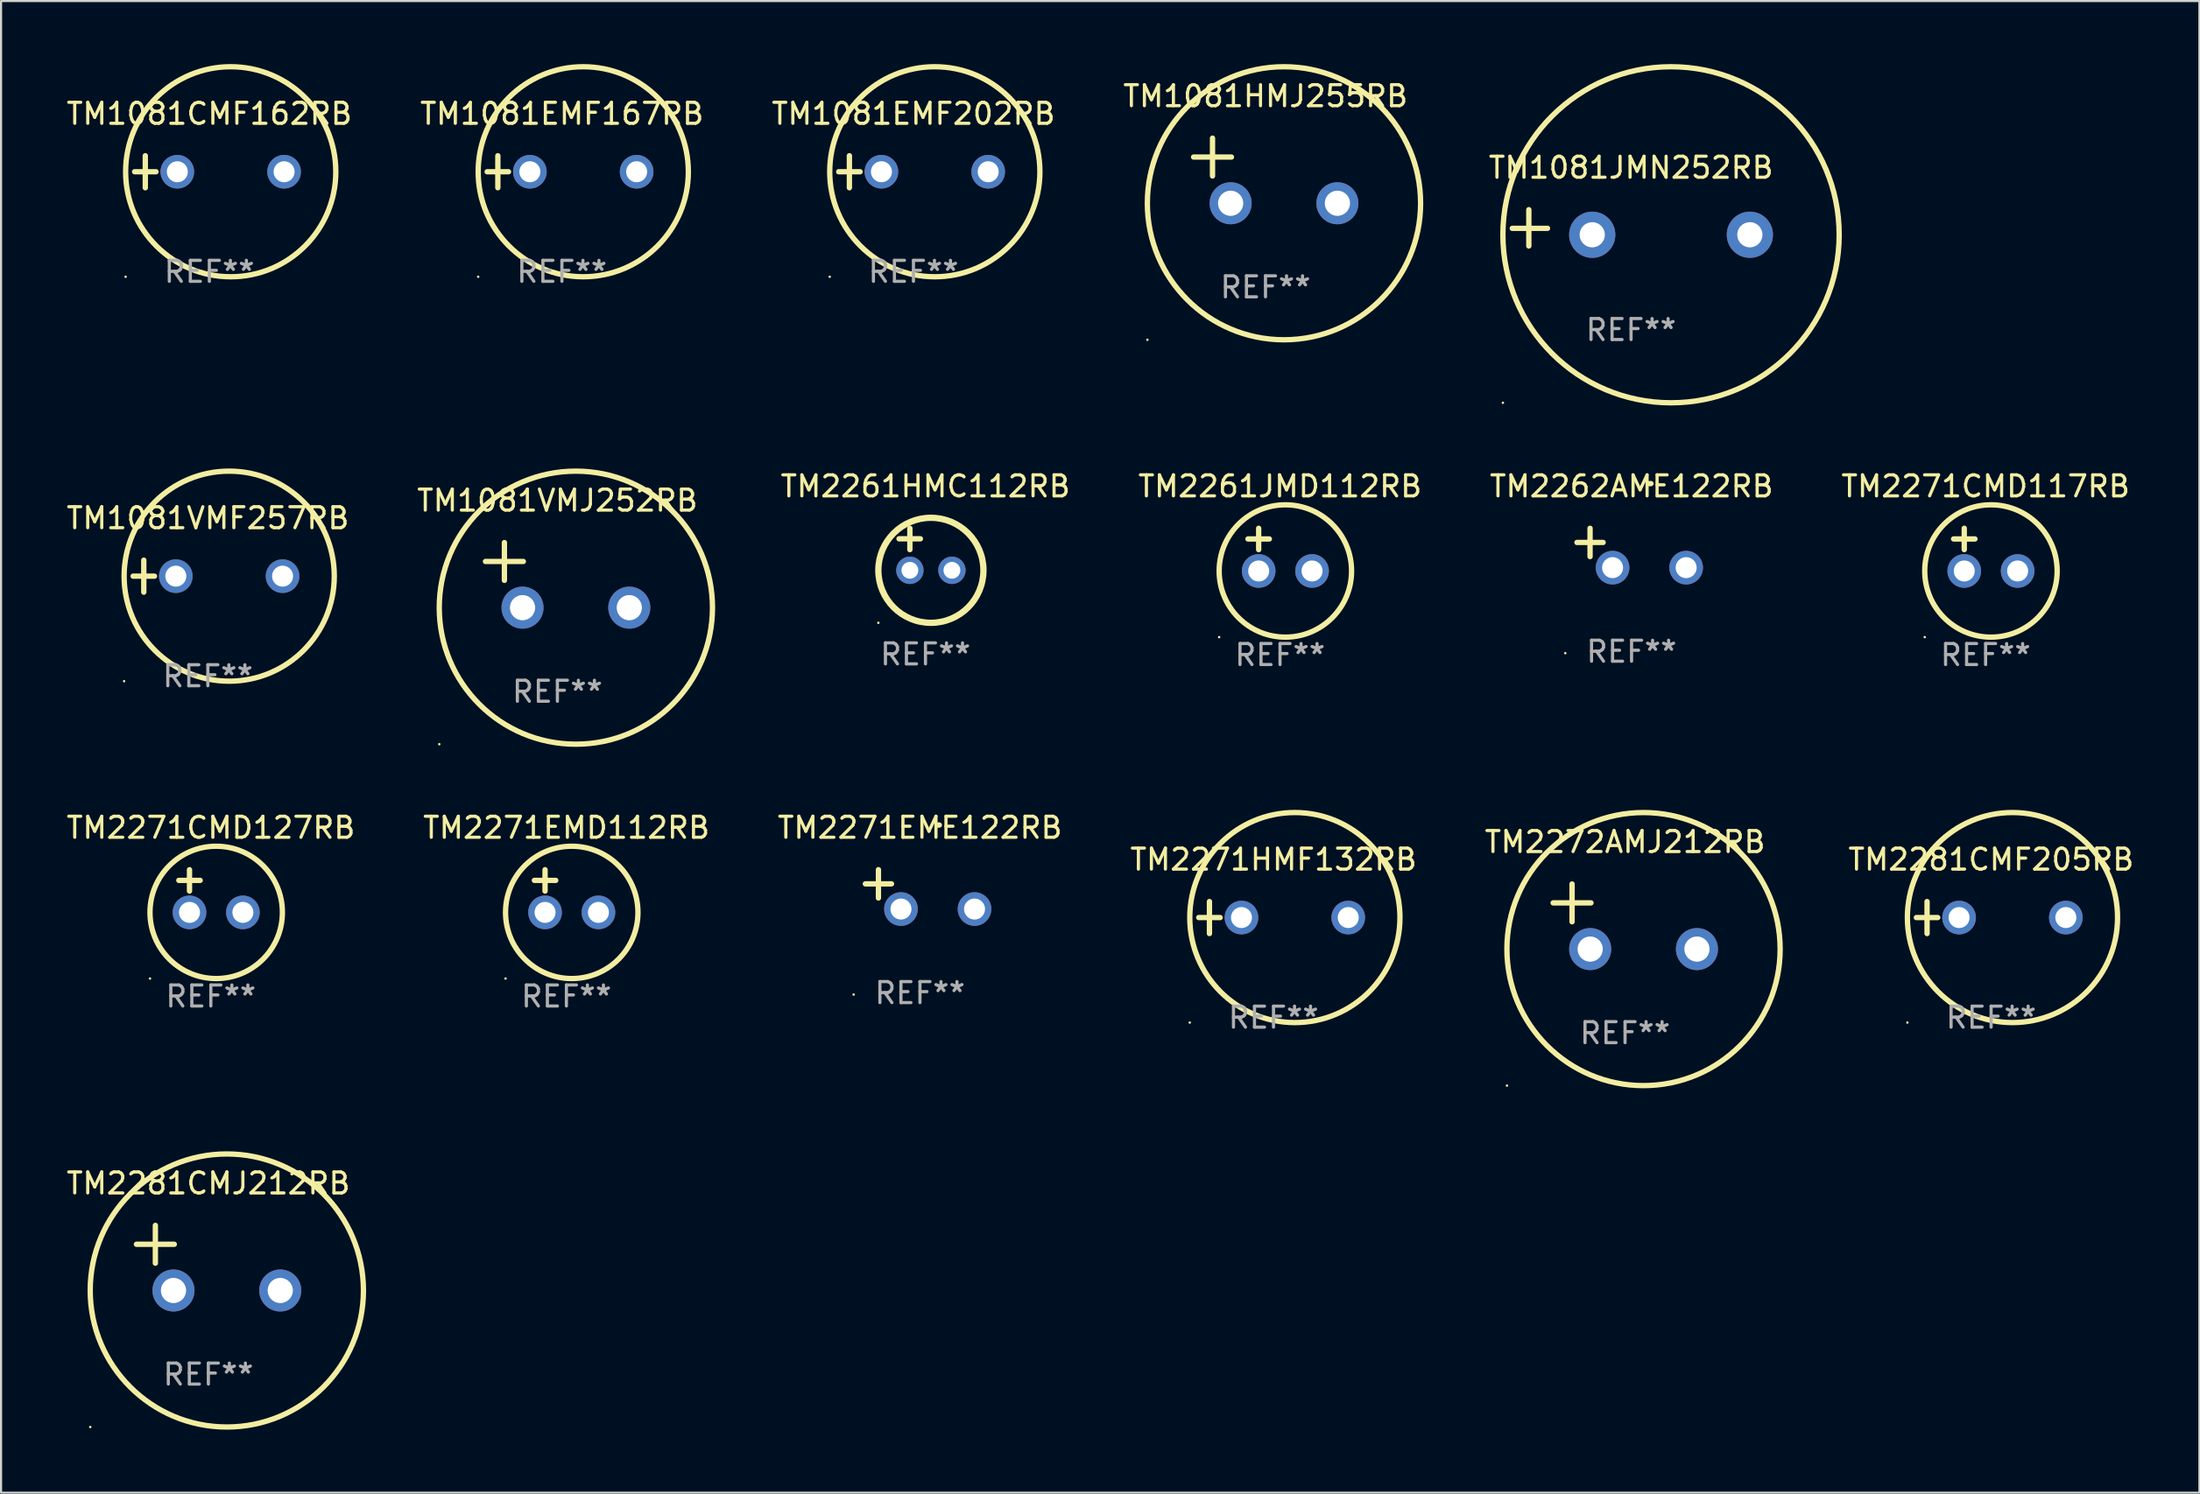
<source format=kicad_pcb>
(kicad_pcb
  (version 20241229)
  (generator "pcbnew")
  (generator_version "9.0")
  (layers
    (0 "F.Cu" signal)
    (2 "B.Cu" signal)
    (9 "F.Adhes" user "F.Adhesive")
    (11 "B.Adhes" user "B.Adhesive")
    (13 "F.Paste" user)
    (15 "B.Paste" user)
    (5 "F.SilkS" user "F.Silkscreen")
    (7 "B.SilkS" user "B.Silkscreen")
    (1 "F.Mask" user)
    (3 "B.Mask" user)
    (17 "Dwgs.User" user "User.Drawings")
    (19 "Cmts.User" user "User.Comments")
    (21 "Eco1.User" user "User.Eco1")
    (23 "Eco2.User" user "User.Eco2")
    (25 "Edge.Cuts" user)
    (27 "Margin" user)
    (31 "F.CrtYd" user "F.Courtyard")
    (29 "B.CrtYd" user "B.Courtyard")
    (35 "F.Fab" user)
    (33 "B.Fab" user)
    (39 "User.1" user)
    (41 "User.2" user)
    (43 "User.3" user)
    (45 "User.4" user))
  (footprint "TM1081VMJ252RB"
    (layer "F.Cu")
    (at 23.47 24.331)
    (property "Reference" "TM1081VMJ252RB" (at 0 -3.55 0) (layer "F.SilkS") (effects (font (size 1 1) (thickness 0.15))))
    (attr through_hole)
    (fp_line (start -3.421 -0.65) (end -1.621 -0.65) (stroke (width 0.254) (type solid)) (layer "F.SilkS"))
    (fp_line (start -2.521 -1.55) (end -2.521 0.25) (stroke (width 0.254) (type solid)) (layer "F.SilkS"))
    (fp_circle (center -5.619 8.05) (end -5.589 8.05) (stroke (width 0.06) (type solid)) (fill no) (layer "F.SilkS"))
    (fp_circle (center 0.879 1.55) (end 7.379 1.55) (stroke (width 0.254) (type solid)) (fill no) (layer "F.SilkS"))
    (fp_text user "REF**" (at 0 5.55 0) (layer "F.Fab") (effects (font (size 1 1) (thickness 0.15))))
    (pad "1" thru_hole circle (at -1.659 1.55) (size 2 2) (drill 1.2) (layers "*.Cu" "*.Mask"))
    (pad "2" thru_hole circle (at 3.421 1.55) (size 2 2) (drill 1.2) (layers "*.Cu" "*.Mask")))
  (footprint "TM1081EMF202RB"
    (layer "F.Cu")
    (at 40.411 5.127)
    (property "Reference" "TM1081EMF202RB" (at 0 -2.762 0) (layer "F.SilkS") (effects (font (size 1 1) (thickness 0.15))))
    (attr through_hole)
    (fp_line (start -3.556 0) (end -2.54 0) (stroke (width 0.254) (type solid)) (layer "F.SilkS"))
    (fp_line (start -3.048 -0.762) (end -3.048 0.762) (stroke (width 0.254) (type solid)) (layer "F.SilkS"))
    (fp_circle (center -3.984 5) (end -3.954 5) (stroke (width 0.06) (type solid)) (fill no) (layer "F.SilkS"))
    (fp_circle (center 1.016 0) (end 6.016 0) (stroke (width 0.254) (type solid)) (fill no) (layer "F.SilkS"))
    (fp_text user "REF**" (at 0 4.762 0) (layer "F.Fab") (effects (font (size 1 1) (thickness 0.15))))
    (pad "1" thru_hole circle (at -1.524 0) (size 1.6 1.6) (drill 1) (layers "*.Cu" "*.Mask"))
    (pad "2" thru_hole circle (at 3.556 0) (size 1.6 1.6) (drill 1) (layers "*.Cu" "*.Mask")))
  (footprint "TM1081JMN252RB"
    (layer "F.Cu")
    (at 74.554 7.797)
    (property "Reference" "TM1081JMN252RB" (at 0 -2.864 0) (layer "F.SilkS") (effects (font (size 1 1) (thickness 0.15))))
    (attr through_hole)
    (fp_line (start -4.864 0.864) (end -4.864 -0.864) (stroke (width 0.254) (type solid)) (layer "F.SilkS"))
    (fp_line (start -3.975 0.025) (end -5.652 0.025) (stroke (width 0.254) (type solid)) (layer "F.SilkS"))
    (fp_circle (center -6.098 8.33) (end -6.068 8.33) (stroke (width 0.06) (type solid)) (fill no) (layer "F.SilkS"))
    (fp_circle (center 1.902 0.33) (end 9.902 0.33) (stroke (width 0.254) (type solid)) (fill no) (layer "F.SilkS"))
    (fp_text user "REF**" (at 0 4.864 0) (layer "F.Fab") (effects (font (size 1 1) (thickness 0.15))))
    (pad "1" thru_hole circle (at -1.848 0.33) (size 2.2 2.2) (drill 1.2) (layers "*.Cu" "*.Mask"))
    (pad "2" thru_hole circle (at 5.652 0.33) (size 2.2 2.2) (drill 1.2) (layers "*.Cu" "*.Mask")))
  (footprint "TM2281CMJ212RB"
    (layer "F.Cu")
    (at 6.863 56.84)
    (property "Reference" "TM2281CMJ212RB" (at 0 -3.55 0) (layer "F.SilkS") (effects (font (size 1 1) (thickness 0.15))))
    (attr through_hole)
    (fp_line (start -3.421 -0.65) (end -1.621 -0.65) (stroke (width 0.254) (type solid)) (layer "F.SilkS"))
    (fp_line (start -2.521 -1.55) (end -2.521 0.25) (stroke (width 0.254) (type solid)) (layer "F.SilkS"))
    (fp_circle (center -5.619 8.05) (end -5.589 8.05) (stroke (width 0.06) (type solid)) (fill no) (layer "F.SilkS"))
    (fp_circle (center 0.879 1.55) (end 7.379 1.55) (stroke (width 0.254) (type solid)) (fill no) (layer "F.SilkS"))
    (fp_text user "REF**" (at 0 5.55 0) (layer "F.Fab") (effects (font (size 1 1) (thickness 0.15))))
    (pad "1" thru_hole circle (at -1.659 1.55) (size 2 2) (drill 1.2) (layers "*.Cu" "*.Mask"))
    (pad "2" thru_hole circle (at 3.421 1.55) (size 2 2) (drill 1.2) (layers "*.Cu" "*.Mask")))
  (footprint "TM2262AME122RB"
    (layer "F.Cu")
    (at 74.578 23.039)
    (property "Reference" "TM2262AME122RB" (at 0 -2.937 0) (layer "F.SilkS") (effects (font (size 1 1) (thickness 0.15))))
    (attr through_hole)
    (fp_line (start -1.975 0.41) (end -1.975 -0.937) (stroke (width 0.254) (type solid)) (layer "F.SilkS"))
    (fp_line (start -1.353 -0.263) (end -2.597 -0.263) (stroke (width 0.254) (type solid)) (layer "F.SilkS"))
    (fp_arc (start 0.849809 -3.063957) (mid 0.885369 -3.064114) (end 0.920929 -3.063957) (stroke (width 0.254001) (type solid)) (layer "F.SilkS"))
    (fp_circle (center -3.154 5.008) (end -3.124 5.008) (stroke (width 0.06) (type solid)) (fill no) (layer "F.SilkS"))
    (fp_text user "REF**" (at 0 4.937 0) (layer "F.Fab") (effects (font (size 1 1) (thickness 0.15))))
    (pad "1" thru_hole circle (at -0.903 0.937) (size 1.6 1.6) (drill 1) (layers "*.Cu" "*.Mask"))
    (pad "2" thru_hole circle (at 2.597 0.937) (size 1.6 1.6) (drill 1) (layers "*.Cu" "*.Mask")))
  (footprint "TM2271CMD127RB"
    (layer "F.Cu")
    (at 6.982 39.373)
    (property "Reference" "TM2271CMD127RB" (at 0 -3.016 0) (layer "F.SilkS") (effects (font (size 1 1) (thickness 0.15))))
    (attr through_hole)
    (fp_line (start -1.524 -0.508) (end -0.508 -0.508) (stroke (width 0.254) (type solid)) (layer "F.SilkS"))
    (fp_line (start -1.016 -1.016) (end -1.016 0) (stroke (width 0.254) (type solid)) (layer "F.SilkS"))
    (fp_circle (center -2.896 4.166) (end -2.866 4.166) (stroke (width 0.06) (type solid)) (fill no) (layer "F.SilkS"))
    (fp_circle (center 0.254 1.016) (end 3.404 1.016) (stroke (width 0.254) (type solid)) (fill no) (layer "F.SilkS"))
    (fp_text user "REF**" (at 0 5.016 0) (layer "F.Fab") (effects (font (size 1 1) (thickness 0.15))))
    (pad "1" thru_hole circle (at -1.016 1.016) (size 1.6 1.6) (drill 1) (layers "*.Cu" "*.Mask"))
    (pad "2" thru_hole circle (at 1.524 1.016) (size 1.6 1.6) (drill 1) (layers "*.Cu" "*.Mask")))
  (footprint "TM2271HMF132RB"
    (layer "F.Cu")
    (at 57.542 40.635)
    (property "Reference" "TM2271HMF132RB" (at 0 -2.762 0) (layer "F.SilkS") (effects (font (size 1 1) (thickness 0.15))))
    (attr through_hole)
    (fp_line (start -3.556 0) (end -2.54 0) (stroke (width 0.254) (type solid)) (layer "F.SilkS"))
    (fp_line (start -3.048 -0.762) (end -3.048 0.762) (stroke (width 0.254) (type solid)) (layer "F.SilkS"))
    (fp_circle (center -3.984 5) (end -3.954 5) (stroke (width 0.06) (type solid)) (fill no) (layer "F.SilkS"))
    (fp_circle (center 1.016 0) (end 6.016 0) (stroke (width 0.254) (type solid)) (fill no) (layer "F.SilkS"))
    (fp_text user "REF**" (at 0 4.762 0) (layer "F.Fab") (effects (font (size 1 1) (thickness 0.15))))
    (pad "1" thru_hole circle (at -1.524 0) (size 1.6 1.6) (drill 1) (layers "*.Cu" "*.Mask"))
    (pad "2" thru_hole circle (at 3.556 0) (size 1.6 1.6) (drill 1) (layers "*.Cu" "*.Mask")))
  (footprint "TM1081VMF257RB"
    (layer "F.Cu")
    (at 6.839 24.381)
    (property "Reference" "TM1081VMF257RB" (at 0 -2.762 0) (layer "F.SilkS") (effects (font (size 1 1) (thickness 0.15))))
    (attr through_hole)
    (fp_line (start -3.556 0) (end -2.54 0) (stroke (width 0.254) (type solid)) (layer "F.SilkS"))
    (fp_line (start -3.048 -0.762) (end -3.048 0.762) (stroke (width 0.254) (type solid)) (layer "F.SilkS"))
    (fp_circle (center -3.984 5) (end -3.954 5) (stroke (width 0.06) (type solid)) (fill no) (layer "F.SilkS"))
    (fp_circle (center 1.016 0) (end 6.016 0) (stroke (width 0.254) (type solid)) (fill no) (layer "F.SilkS"))
    (fp_text user "REF**" (at 0 4.762 0) (layer "F.Fab") (effects (font (size 1 1) (thickness 0.15))))
    (pad "1" thru_hole circle (at -1.524 0) (size 1.6 1.6) (drill 1) (layers "*.Cu" "*.Mask"))
    (pad "2" thru_hole circle (at 3.556 0) (size 1.6 1.6) (drill 1) (layers "*.Cu" "*.Mask")))
  (footprint "TM1081EMF167RB"
    (layer "F.Cu")
    (at 23.685 5.127)
    (property "Reference" "TM1081EMF167RB" (at 0 -2.762 0) (layer "F.SilkS") (effects (font (size 1 1) (thickness 0.15))))
    (attr through_hole)
    (fp_line (start -3.556 0) (end -2.54 0) (stroke (width 0.254) (type solid)) (layer "F.SilkS"))
    (fp_line (start -3.048 -0.762) (end -3.048 0.762) (stroke (width 0.254) (type solid)) (layer "F.SilkS"))
    (fp_circle (center -3.984 5) (end -3.954 5) (stroke (width 0.06) (type solid)) (fill no) (layer "F.SilkS"))
    (fp_circle (center 1.016 0) (end 6.016 0) (stroke (width 0.254) (type solid)) (fill no) (layer "F.SilkS"))
    (fp_text user "REF**" (at 0 4.762 0) (layer "F.Fab") (effects (font (size 1 1) (thickness 0.15))))
    (pad "1" thru_hole circle (at -1.524 0) (size 1.6 1.6) (drill 1) (layers "*.Cu" "*.Mask"))
    (pad "2" thru_hole circle (at 3.556 0) (size 1.6 1.6) (drill 1) (layers "*.Cu" "*.Mask")))
  (footprint "TM2271EME122RB"
    (layer "F.Cu")
    (at 40.72 39.293)
    (property "Reference" "TM2271EME122RB" (at 0 -2.937 0) (layer "F.SilkS") (effects (font (size 1 1) (thickness 0.15))))
    (attr through_hole)
    (fp_line (start -1.975 0.41) (end -1.975 -0.937) (stroke (width 0.254) (type solid)) (layer "F.SilkS"))
    (fp_line (start -1.353 -0.263) (end -2.597 -0.263) (stroke (width 0.254) (type solid)) (layer "F.SilkS"))
    (fp_arc (start 0.849809 -3.063957) (mid 0.885369 -3.064114) (end 0.920929 -3.063957) (stroke (width 0.254001) (type solid)) (layer "F.SilkS"))
    (fp_circle (center -3.154 5.008) (end -3.124 5.008) (stroke (width 0.06) (type solid)) (fill no) (layer "F.SilkS"))
    (fp_text user "REF**" (at 0 4.937 0) (layer "F.Fab") (effects (font (size 1 1) (thickness 0.15))))
    (pad "1" thru_hole circle (at -0.903 0.937) (size 1.6 1.6) (drill 1) (layers "*.Cu" "*.Mask"))
    (pad "2" thru_hole circle (at 2.597 0.937) (size 1.6 1.6) (drill 1) (layers "*.Cu" "*.Mask")))
  (footprint "TM2281CMF205RB"
    (layer "F.Cu")
    (at 91.685 40.635)
    (property "Reference" "TM2281CMF205RB" (at 0 -2.762 0) (layer "F.SilkS") (effects (font (size 1 1) (thickness 0.15))))
    (attr through_hole)
    (fp_line (start -3.556 0) (end -2.54 0) (stroke (width 0.254) (type solid)) (layer "F.SilkS"))
    (fp_line (start -3.048 -0.762) (end -3.048 0.762) (stroke (width 0.254) (type solid)) (layer "F.SilkS"))
    (fp_circle (center -3.984 5) (end -3.954 5) (stroke (width 0.06) (type solid)) (fill no) (layer "F.SilkS"))
    (fp_circle (center 1.016 0) (end 6.016 0) (stroke (width 0.254) (type solid)) (fill no) (layer "F.SilkS"))
    (fp_text user "REF**" (at 0 4.762 0) (layer "F.Fab") (effects (font (size 1 1) (thickness 0.15))))
    (pad "1" thru_hole circle (at -1.524 0) (size 1.6 1.6) (drill 1) (layers "*.Cu" "*.Mask"))
    (pad "2" thru_hole circle (at 3.556 0) (size 1.6 1.6) (drill 1) (layers "*.Cu" "*.Mask")))
  (footprint "TM2272AMJ212RB"
    (layer "F.Cu")
    (at 74.268 40.586)
    (property "Reference" "TM2272AMJ212RB" (at 0 -3.55 0) (layer "F.SilkS") (effects (font (size 1 1) (thickness 0.15))))
    (attr through_hole)
    (fp_line (start -3.421 -0.65) (end -1.621 -0.65) (stroke (width 0.254) (type solid)) (layer "F.SilkS"))
    (fp_line (start -2.521 -1.55) (end -2.521 0.25) (stroke (width 0.254) (type solid)) (layer "F.SilkS"))
    (fp_circle (center -5.619 8.05) (end -5.589 8.05) (stroke (width 0.06) (type solid)) (fill no) (layer "F.SilkS"))
    (fp_circle (center 0.879 1.55) (end 7.379 1.55) (stroke (width 0.254) (type solid)) (fill no) (layer "F.SilkS"))
    (fp_text user "REF**" (at 0 5.55 0) (layer "F.Fab") (effects (font (size 1 1) (thickness 0.15))))
    (pad "1" thru_hole circle (at -1.659 1.55) (size 2 2) (drill 1.2) (layers "*.Cu" "*.Mask"))
    (pad "2" thru_hole circle (at 3.421 1.55) (size 2 2) (drill 1.2) (layers "*.Cu" "*.Mask")))
  (footprint "TM2261HMC112RB"
    (layer "F.Cu")
    (at 40.983 23.102)
    (property "Reference" "TM2261HMC112RB" (at 0 -3 0) (layer "F.SilkS") (effects (font (size 1 1) (thickness 0.15))))
    (attr through_hole)
    (fp_line (start -1.258 -0.5) (end -0.242 -0.5) (stroke (width 0.254) (type solid)) (layer "F.SilkS"))
    (fp_line (start -0.742 -1) (end -0.742 0.016) (stroke (width 0.254) (type solid)) (layer "F.SilkS"))
    (fp_circle (center -2.242 3.5) (end -2.212 3.5) (stroke (width 0.06) (type solid)) (fill no) (layer "F.SilkS"))
    (fp_circle (center 0.258 1) (end 2.758 1) (stroke (width 0.3) (type solid)) (fill no) (layer "F.SilkS"))
    (fp_text user "REF**" (at 0 5 0) (layer "F.Fab") (effects (font (size 1 1) (thickness 0.15))))
    (pad "1" thru_hole circle (at -0.742 1) (size 1.3 1.3) (drill 0.8) (layers "*.Cu" "*.Mask"))
    (pad "2" thru_hole circle (at 1.258 1) (size 1.3 1.3) (drill 0.8) (layers "*.Cu" "*.Mask")))
  (footprint "TM2271EMD112RB"
    (layer "F.Cu")
    (at 23.899 39.373)
    (property "Reference" "TM2271EMD112RB" (at 0 -3.016 0) (layer "F.SilkS") (effects (font (size 1 1) (thickness 0.15))))
    (attr through_hole)
    (fp_line (start -1.524 -0.508) (end -0.508 -0.508) (stroke (width 0.254) (type solid)) (layer "F.SilkS"))
    (fp_line (start -1.016 -1.016) (end -1.016 0) (stroke (width 0.254) (type solid)) (layer "F.SilkS"))
    (fp_circle (center -2.896 4.166) (end -2.866 4.166) (stroke (width 0.06) (type solid)) (fill no) (layer "F.SilkS"))
    (fp_circle (center 0.254 1.016) (end 3.404 1.016) (stroke (width 0.254) (type solid)) (fill no) (layer "F.SilkS"))
    (fp_text user "REF**" (at 0 5.016 0) (layer "F.Fab") (effects (font (size 1 1) (thickness 0.15))))
    (pad "1" thru_hole circle (at -1.016 1.016) (size 1.6 1.6) (drill 1) (layers "*.Cu" "*.Mask"))
    (pad "2" thru_hole circle (at 1.524 1.016) (size 1.6 1.6) (drill 1) (layers "*.Cu" "*.Mask")))
  (footprint "TM1081HMJ255RB"
    (layer "F.Cu")
    (at 57.161 5.077)
    (property "Reference" "TM1081HMJ255RB" (at 0 -3.55 0) (layer "F.SilkS") (effects (font (size 1 1) (thickness 0.15))))
    (attr through_hole)
    (fp_line (start -3.421 -0.65) (end -1.621 -0.65) (stroke (width 0.254) (type solid)) (layer "F.SilkS"))
    (fp_line (start -2.521 -1.55) (end -2.521 0.25) (stroke (width 0.254) (type solid)) (layer "F.SilkS"))
    (fp_circle (center -5.619 8.05) (end -5.589 8.05) (stroke (width 0.06) (type solid)) (fill no) (layer "F.SilkS"))
    (fp_circle (center 0.879 1.55) (end 7.379 1.55) (stroke (width 0.254) (type solid)) (fill no) (layer "F.SilkS"))
    (fp_text user "REF**" (at 0 5.55 0) (layer "F.Fab") (effects (font (size 1 1) (thickness 0.15))))
    (pad "1" thru_hole circle (at -1.659 1.55) (size 2 2) (drill 1.2) (layers "*.Cu" "*.Mask"))
    (pad "2" thru_hole circle (at 3.421 1.55) (size 2 2) (drill 1.2) (layers "*.Cu" "*.Mask")))
  (footprint "TM1081CMF162RB"
    (layer "F.Cu")
    (at 6.911 5.127)
    (property "Reference" "TM1081CMF162RB" (at 0 -2.762 0) (layer "F.SilkS") (effects (font (size 1 1) (thickness 0.15))))
    (attr through_hole)
    (fp_line (start -3.556 0) (end -2.54 0) (stroke (width 0.254) (type solid)) (layer "F.SilkS"))
    (fp_line (start -3.048 -0.762) (end -3.048 0.762) (stroke (width 0.254) (type solid)) (layer "F.SilkS"))
    (fp_circle (center -3.984 5) (end -3.954 5) (stroke (width 0.06) (type solid)) (fill no) (layer "F.SilkS"))
    (fp_circle (center 1.016 0) (end 6.016 0) (stroke (width 0.254) (type solid)) (fill no) (layer "F.SilkS"))
    (fp_text user "REF**" (at 0 4.762 0) (layer "F.Fab") (effects (font (size 1 1) (thickness 0.15))))
    (pad "1" thru_hole circle (at -1.524 0) (size 1.6 1.6) (drill 1) (layers "*.Cu" "*.Mask"))
    (pad "2" thru_hole circle (at 3.556 0) (size 1.6 1.6) (drill 1) (layers "*.Cu" "*.Mask")))
  (footprint "TM2271CMD117RB"
    (layer "F.Cu")
    (at 91.423 23.118)
    (property "Reference" "TM2271CMD117RB" (at 0 -3.016 0) (layer "F.SilkS") (effects (font (size 1 1) (thickness 0.15))))
    (attr through_hole)
    (fp_line (start -1.524 -0.508) (end -0.508 -0.508) (stroke (width 0.254) (type solid)) (layer "F.SilkS"))
    (fp_line (start -1.016 -1.016) (end -1.016 0) (stroke (width 0.254) (type solid)) (layer "F.SilkS"))
    (fp_circle (center -2.896 4.166) (end -2.866 4.166) (stroke (width 0.06) (type solid)) (fill no) (layer "F.SilkS"))
    (fp_circle (center 0.254 1.016) (end 3.404 1.016) (stroke (width 0.254) (type solid)) (fill no) (layer "F.SilkS"))
    (fp_text user "REF**" (at 0 5.016 0) (layer "F.Fab") (effects (font (size 1 1) (thickness 0.15))))
    (pad "1" thru_hole circle (at -1.016 1.016) (size 1.6 1.6) (drill 1) (layers "*.Cu" "*.Mask"))
    (pad "2" thru_hole circle (at 1.524 1.016) (size 1.6 1.6) (drill 1) (layers "*.Cu" "*.Mask")))
  (footprint "TM2261JMD112RB"
    (layer "F.Cu")
    (at 57.852 23.118)
    (property "Reference" "TM2261JMD112RB" (at 0 -3.016 0) (layer "F.SilkS") (effects (font (size 1 1) (thickness 0.15))))
    (attr through_hole)
    (fp_line (start -1.524 -0.508) (end -0.508 -0.508) (stroke (width 0.254) (type solid)) (layer "F.SilkS"))
    (fp_line (start -1.016 -1.016) (end -1.016 0) (stroke (width 0.254) (type solid)) (layer "F.SilkS"))
    (fp_circle (center -2.896 4.166) (end -2.866 4.166) (stroke (width 0.06) (type solid)) (fill no) (layer "F.SilkS"))
    (fp_circle (center 0.254 1.016) (end 3.404 1.016) (stroke (width 0.254) (type solid)) (fill no) (layer "F.SilkS"))
    (fp_text user "REF**" (at 0 5.016 0) (layer "F.Fab") (effects (font (size 1 1) (thickness 0.15))))
    (pad "1" thru_hole circle (at -1.016 1.016) (size 1.6 1.6) (drill 1) (layers "*.Cu" "*.Mask"))
    (pad "2" thru_hole circle (at 1.524 1.016) (size 1.6 1.6) (drill 1) (layers "*.Cu" "*.Mask")))
  (gr_rect
    (start -3 -3)
    (end 101.596 68.017)
    (stroke (width 0.1) (type default))
    (fill no)
    (layer "Edge.Cuts")))
</source>
